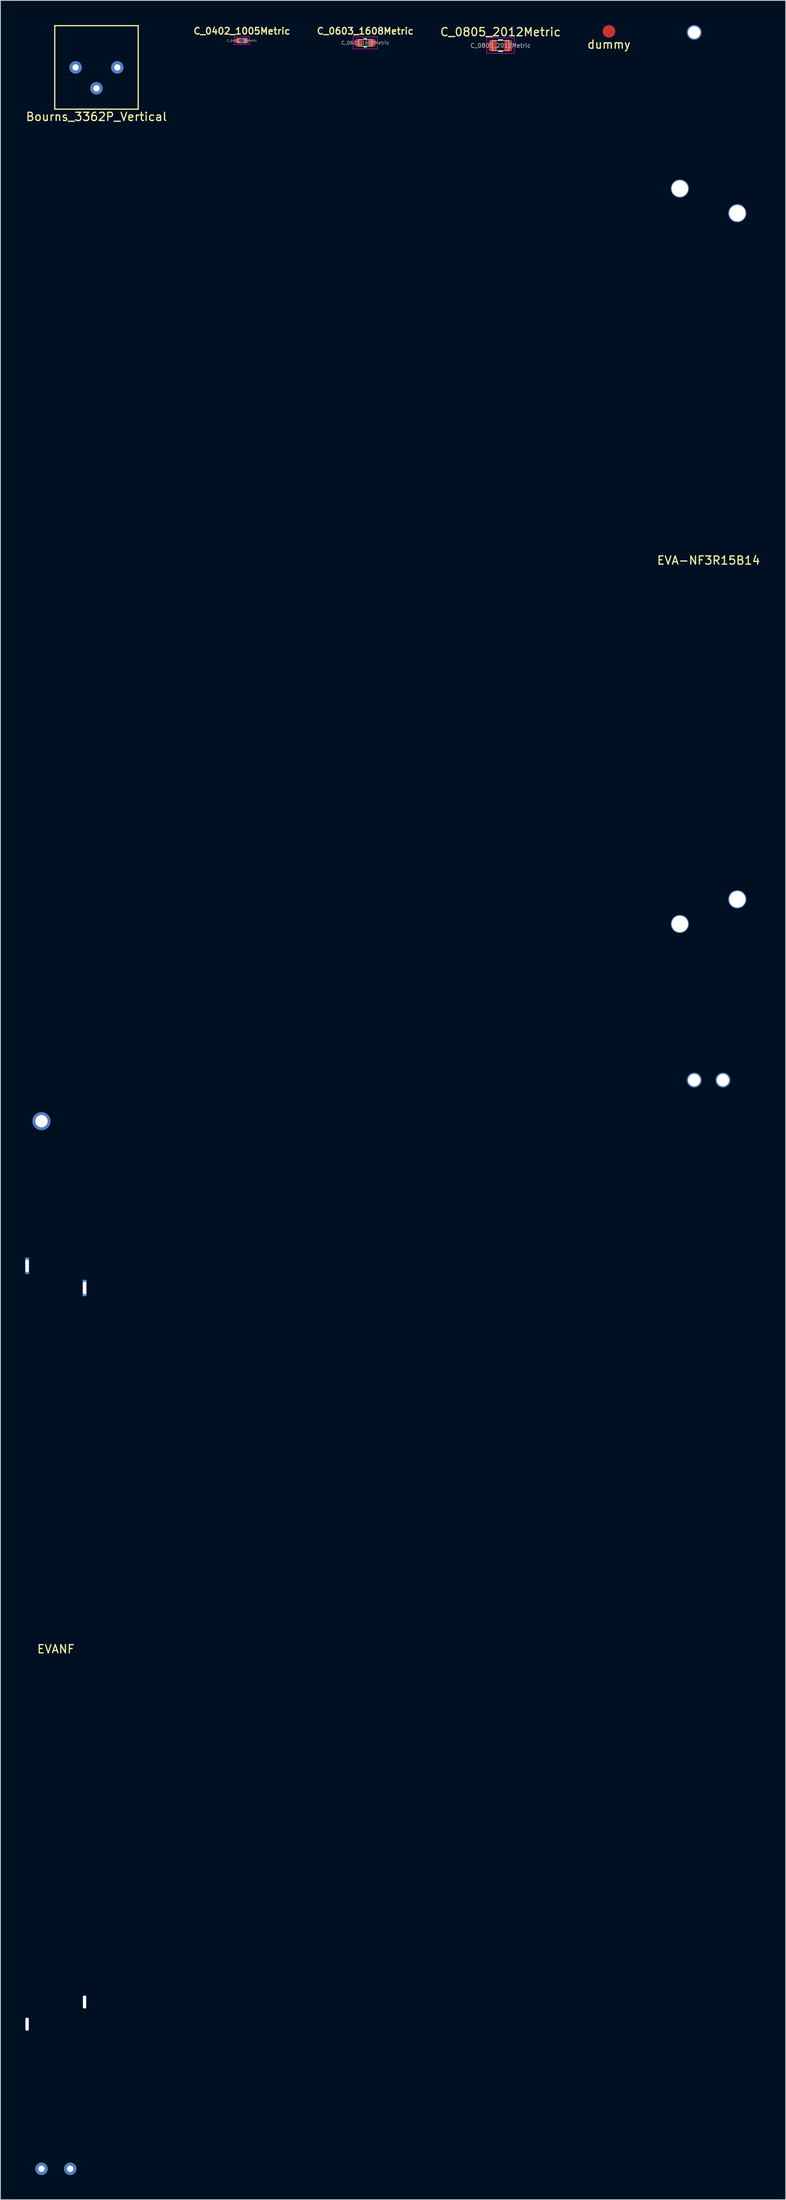
<source format=kicad_pcb>
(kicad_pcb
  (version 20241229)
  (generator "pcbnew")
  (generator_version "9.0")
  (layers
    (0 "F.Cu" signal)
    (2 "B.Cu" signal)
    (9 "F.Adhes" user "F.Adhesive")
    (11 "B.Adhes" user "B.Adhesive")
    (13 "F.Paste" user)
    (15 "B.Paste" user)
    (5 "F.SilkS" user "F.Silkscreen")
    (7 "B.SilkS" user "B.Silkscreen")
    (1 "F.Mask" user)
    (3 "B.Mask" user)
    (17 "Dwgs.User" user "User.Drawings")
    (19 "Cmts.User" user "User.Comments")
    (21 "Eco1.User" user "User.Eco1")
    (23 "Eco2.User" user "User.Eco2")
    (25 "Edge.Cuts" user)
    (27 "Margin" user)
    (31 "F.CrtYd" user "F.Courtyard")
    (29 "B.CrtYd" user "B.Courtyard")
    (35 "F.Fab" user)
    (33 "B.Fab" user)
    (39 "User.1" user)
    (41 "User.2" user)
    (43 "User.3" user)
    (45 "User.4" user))
  (footprint "C_0603_1608Metric"
    (layer "F.Cu")
    (at 41.428 2.161)
    (property "Reference" "C_0603_1608Metric" (at 0 -1.43 0) (layer "F.SilkS") (effects (font (size 0.8 0.8) (thickness 0.15))))
    (attr smd)
    (fp_line (start -0.163 -0.51) (end 0.163 -0.51) (stroke (width 0.12) (type solid)) (layer "F.SilkS"))
    (fp_line (start -0.163 0.51) (end 0.163 0.51) (stroke (width 0.12) (type solid)) (layer "F.SilkS"))
    (fp_line (start -1.48 -0.73) (end 1.48 -0.73) (stroke (width 0.05) (type solid)) (layer "F.CrtYd"))
    (fp_line (start -1.48 0.73) (end -1.48 -0.73) (stroke (width 0.05) (type solid)) (layer "F.CrtYd"))
    (fp_line (start 1.48 -0.73) (end 1.48 0.73) (stroke (width 0.05) (type solid)) (layer "F.CrtYd"))
    (fp_line (start 1.48 0.73) (end -1.48 0.73) (stroke (width 0.05) (type solid)) (layer "F.CrtYd"))
    (fp_line (start -0.8 -0.4) (end 0.8 -0.4) (stroke (width 0.1) (type solid)) (layer "F.Fab"))
    (fp_line (start -0.8 0.4) (end -0.8 -0.4) (stroke (width 0.1) (type solid)) (layer "F.Fab"))
    (fp_line (start 0.8 -0.4) (end 0.8 0.4) (stroke (width 0.1) (type solid)) (layer "F.Fab"))
    (fp_line (start 0.8 0.4) (end -0.8 0.4) (stroke (width 0.1) (type solid)) (layer "F.Fab"))
    (fp_text user "${REFERENCE}" (at 0 0 0) (layer "F.Fab") (effects (font (size 0.4 0.4) (thickness 0.06))))
    (pad "1" smd roundrect (at -0.787 0) (size 0.875 0.95) (layers "F.Cu" "F.Mask" "F.Paste") (roundrect_rratio 0.25))
    (pad "2" smd roundrect (at 0.787 0) (size 0.875 0.95) (layers "F.Cu" "F.Mask" "F.Paste") (roundrect_rratio 0.25)))
  (footprint "Bourns_3362P_Vertical"
    (layer "F.Cu")
    (at 8.696 5.155)
    (property "Reference" "Bourns_3362P_Vertical" (at 0 6 0) (layer "F.SilkS") (effects (font (size 1 1) (thickness 0.15))))
    (attr through_hole)
    (fp_line (start -5.08 -5.08) (end -5.08 5.08) (stroke (width 0.15) (type solid)) (layer "F.SilkS"))
    (fp_line (start -5.08 5.08) (end 5.08 5.08) (stroke (width 0.15) (type solid)) (layer "F.SilkS"))
    (fp_line (start 5.08 -5.08) (end -5.08 -5.08) (stroke (width 0.15) (type solid)) (layer "F.SilkS"))
    (fp_line (start 5.08 5.08) (end 5.08 -5.08) (stroke (width 0.15) (type solid)) (layer "F.SilkS"))
    (pad "1" thru_hole circle (at -2.54 0) (size 1.524 1.524) (drill 0.762) (layers "*.Cu" "*.Mask"))
    (pad "2" thru_hole circle (at 0 2.54) (size 1.524 1.524) (drill 0.762) (layers "*.Cu" "*.Mask"))
    (pad "3" thru_hole circle (at 2.54 0) (size 1.524 1.524) (drill 0.762) (layers "*.Cu" "*.Mask")))
  (footprint "C_0805_2012Metric"
    (layer "F.Cu")
    (at 57.898 2.498)
    (property "Reference" "C_0805_2012Metric" (at 0 -1.65 0) (layer "F.SilkS") (effects (font (size 1 1) (thickness 0.15))))
    (attr smd)
    (fp_line (start -0.259 -0.71) (end 0.259 -0.71) (stroke (width 0.12) (type solid)) (layer "F.SilkS"))
    (fp_line (start -0.259 0.71) (end 0.259 0.71) (stroke (width 0.12) (type solid)) (layer "F.SilkS"))
    (fp_line (start -1.68 -0.95) (end 1.68 -0.95) (stroke (width 0.05) (type solid)) (layer "F.CrtYd"))
    (fp_line (start -1.68 0.95) (end -1.68 -0.95) (stroke (width 0.05) (type solid)) (layer "F.CrtYd"))
    (fp_line (start 1.68 -0.95) (end 1.68 0.95) (stroke (width 0.05) (type solid)) (layer "F.CrtYd"))
    (fp_line (start 1.68 0.95) (end -1.68 0.95) (stroke (width 0.05) (type solid)) (layer "F.CrtYd"))
    (fp_line (start -1 -0.6) (end 1 -0.6) (stroke (width 0.1) (type solid)) (layer "F.Fab"))
    (fp_line (start -1 0.6) (end -1 -0.6) (stroke (width 0.1) (type solid)) (layer "F.Fab"))
    (fp_line (start 1 -0.6) (end 1 0.6) (stroke (width 0.1) (type solid)) (layer "F.Fab"))
    (fp_line (start 1 0.6) (end -1 0.6) (stroke (width 0.1) (type solid)) (layer "F.Fab"))
    (fp_text user "${REFERENCE}" (at 0 0 0) (layer "F.Fab") (effects (font (size 0.5 0.5) (thickness 0.08))))
    (pad "1" smd roundrect (at -0.938 0) (size 0.975 1.4) (layers "F.Cu" "F.Mask" "F.Paste") (roundrect_rratio 0.25))
    (pad "2" smd roundrect (at 0.938 0) (size 0.975 1.4) (layers "F.Cu" "F.Mask" "F.Paste") (roundrect_rratio 0.25)))
  (footprint "C_0402_1005Metric"
    (layer "F.Cu")
    (at 26.405 1.901)
    (property "Reference" "C_0402_1005Metric" (at 0 -1.17 0) (layer "F.SilkS") (effects (font (size 0.8 0.8) (thickness 0.15))))
    (attr smd)
    (fp_line (start -0.93 -0.47) (end 0.93 -0.47) (stroke (width 0.05) (type solid)) (layer "F.CrtYd"))
    (fp_line (start -0.93 0.47) (end -0.93 -0.47) (stroke (width 0.05) (type solid)) (layer "F.CrtYd"))
    (fp_line (start 0.93 -0.47) (end 0.93 0.47) (stroke (width 0.05) (type solid)) (layer "F.CrtYd"))
    (fp_line (start 0.93 0.47) (end -0.93 0.47) (stroke (width 0.05) (type solid)) (layer "F.CrtYd"))
    (fp_line (start -0.5 -0.25) (end 0.5 -0.25) (stroke (width 0.1) (type solid)) (layer "F.Fab"))
    (fp_line (start -0.5 0.25) (end -0.5 -0.25) (stroke (width 0.1) (type solid)) (layer "F.Fab"))
    (fp_line (start 0.5 -0.25) (end 0.5 0.25) (stroke (width 0.1) (type solid)) (layer "F.Fab"))
    (fp_line (start 0.5 0.25) (end -0.5 0.25) (stroke (width 0.1) (type solid)) (layer "F.Fab"))
    (fp_text user "${REFERENCE}" (at 0 0 0) (layer "F.Fab") (effects (font (size 0.25 0.25) (thickness 0.04))))
    (pad "1" smd roundrect (at -0.485 0) (size 0.59 0.64) (layers "F.Cu" "F.Mask" "F.Paste") (roundrect_rratio 0.25))
    (pad "2" smd roundrect (at 0.485 0) (size 0.59 0.64) (layers "F.Cu" "F.Mask" "F.Paste") (roundrect_rratio 0.25)))
  (footprint "dummy"
    (layer "F.Cu")
    (at 71.1 0.762)
    (property "Reference" "dummy" (at 0 1.6 0) (layer "F.SilkS") (effects (font (size 1 1) (thickness 0.15))))
    (attr through_hole)
    (pad "1" smd circle (at 0 0) (size 1.524 1.524) (layers "F.Cu" "F.Paste")))
  (footprint "EVA-NF3R15B14"
    (layer "F.Cu")
    (at 83.231 64.65)
    (property "Reference" "EVA-NF3R15B14" (at 0 0.5 0) (layer "F.SilkS") (effects (font (size 1 1) (thickness 0.15))))
    (attr through_hole)
    (pad "" np_thru_hole circle (at -3.5 -44.75) (size 2.2 2.2) (drill 2) (layers "*.Cu" "*.Mask"))
    (pad "" np_thru_hole circle (at -3.5 44.75) (size 2.2 2.2) (drill 2) (layers "*.Cu" "*.Mask"))
    (pad "" np_thru_hole circle (at 3.5 -41.75) (size 2.2 2.2) (drill 2) (layers "*.Cu" "*.Mask"))
    (pad "" np_thru_hole circle (at 3.5 41.75) (size 2.2 2.2) (drill 2) (layers "*.Cu" "*.Mask"))
    (pad "1" thru_hole circle (at 1.75 63.75) (size 1.8 1.8) (drill 1.5) (layers "*.Cu" "*.Mask"))
    (pad "2" thru_hole circle (at -1.75 63.75) (size 1.8 1.8) (drill 1.5) (layers "*.Cu" "*.Mask"))
    (pad "3" thru_hole circle (at -1.75 -63.75) (size 1.8 1.8) (drill 1.5) (layers "*.Cu" "*.Mask")))
  (footprint "EVANF"
    (layer "F.Cu")
    (at 3.75 197.15)
    (property "Reference" "EVANF" (at 0 0.5 0) (layer "F.SilkS") (effects (font (size 1 1) (thickness 0.15))))
    (attr through_hole)
    (pad "" np_thru_hole rect (at -3.5 -46.15) (size 0.5 2) (drill oval 0.4 1.56) (layers "*.Cu" "*.Mask"))
    (pad "" np_thru_hole rect (at -3.5 46.15) (size 0.4 1.56) (drill oval 0.4 1.56) (layers "*.Cu" "*.Mask"))
    (pad "" np_thru_hole rect (at 3.5 -43.45) (size 0.5 2) (drill oval 0.4 1.56) (layers "*.Cu" "*.Mask"))
    (pad "" np_thru_hole rect (at 3.5 43.45) (size 0.4 1.56) (drill oval 0.4 1.56) (layers "*.Cu" "*.Mask"))
    (pad "1" thru_hole circle (at -1.75 -63.75) (size 2.2 2.2) (drill 1.5) (layers "*.Cu" "*.Mask"))
    (pad "2" thru_hole circle (at 1.75 63.75) (size 1.524 1.524) (drill 0.762) (layers "*.Cu" "*.Mask"))
    (pad "3" thru_hole circle (at -1.75 63.75) (size 1.524 1.524) (drill 0.762) (layers "*.Cu" "*.Mask")))
  (gr_rect
    (start -3 -3)
    (end 92.618 264.662)
    (stroke (width 0.1) (type default))
    (fill no)
    (layer "Edge.Cuts")))
</source>
